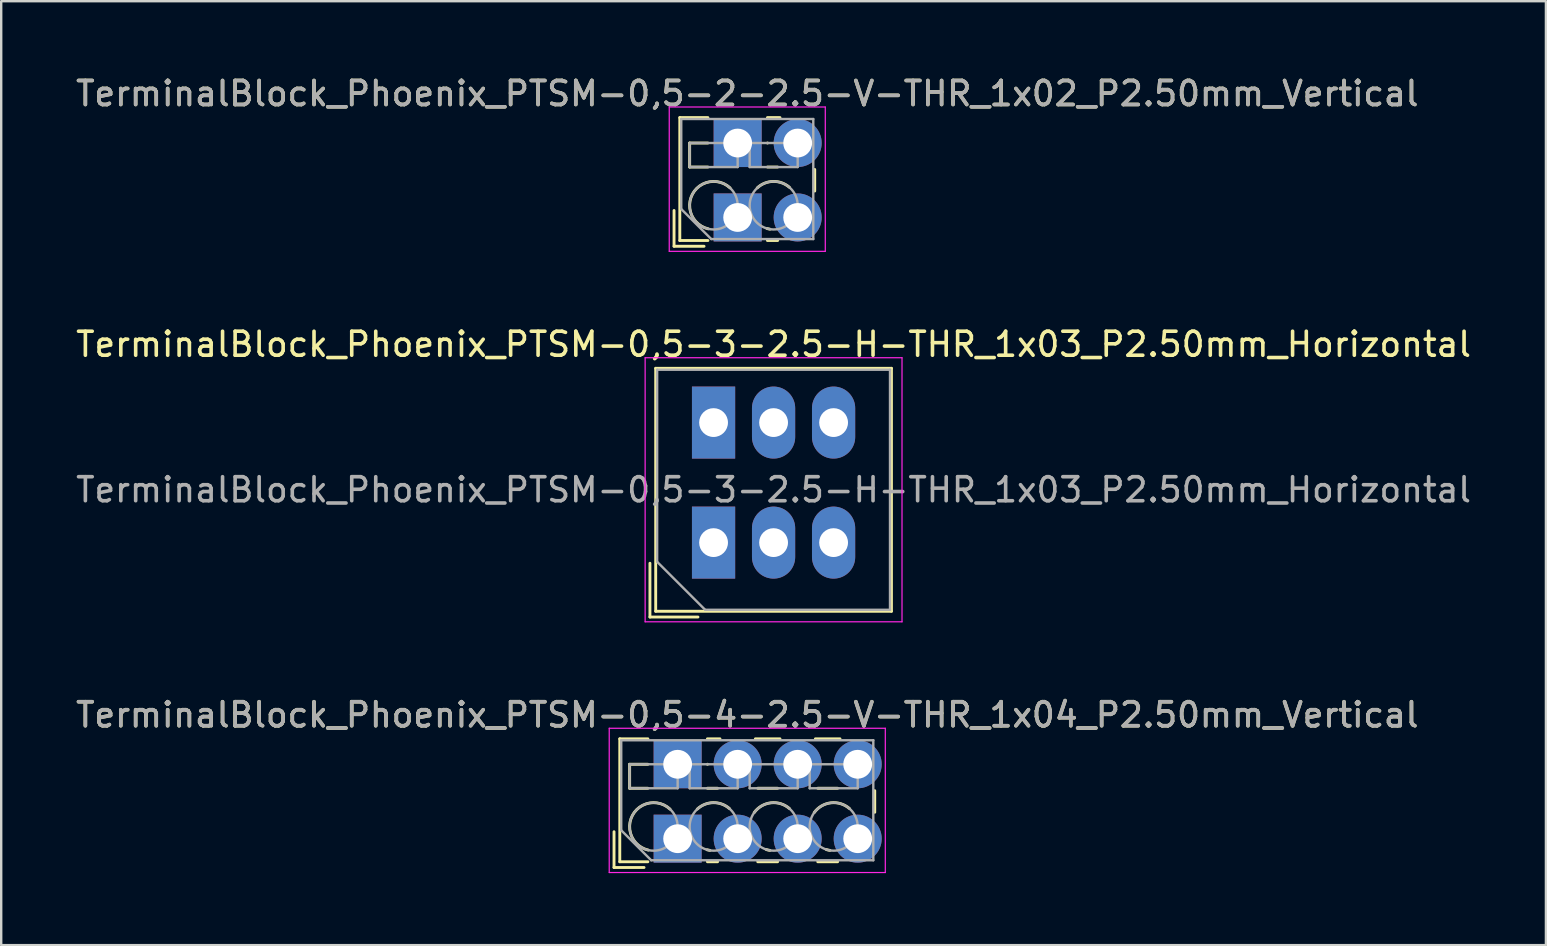
<source format=kicad_pcb>
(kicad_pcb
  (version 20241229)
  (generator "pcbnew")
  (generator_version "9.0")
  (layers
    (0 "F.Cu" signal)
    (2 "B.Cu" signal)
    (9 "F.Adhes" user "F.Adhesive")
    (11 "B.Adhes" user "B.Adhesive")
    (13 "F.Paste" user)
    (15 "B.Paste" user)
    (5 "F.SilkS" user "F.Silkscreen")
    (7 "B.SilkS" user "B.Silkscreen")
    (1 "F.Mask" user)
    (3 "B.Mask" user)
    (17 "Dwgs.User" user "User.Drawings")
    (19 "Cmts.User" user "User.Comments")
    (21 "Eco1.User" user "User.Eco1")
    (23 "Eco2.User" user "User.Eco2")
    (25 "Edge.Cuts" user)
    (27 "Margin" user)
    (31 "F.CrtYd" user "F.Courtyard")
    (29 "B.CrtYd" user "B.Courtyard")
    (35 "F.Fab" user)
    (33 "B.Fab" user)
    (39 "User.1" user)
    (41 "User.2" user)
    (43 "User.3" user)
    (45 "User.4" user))
  (footprint "TerminalBlock_Phoenix_PTSM-0,5-3-2.5-H-THR_1x03_P2.50mm_Horizontal"
    (layer "F.Cu")
    (at 26.673 19.552)
    (property "Reference" "TerminalBlock_Phoenix_PTSM-0,5-3-2.5-H-THR_1x03_P2.50mm_Horizontal" (at 2.5 -8.26 0) (layer "F.SilkS") (effects (font (size 1 1) (thickness 0.15))))
    (attr through_hole)
    (fp_line (start -2.65 0.86) (end -2.65 3.1) (stroke (width 0.12) (type solid)) (layer "F.SilkS"))
    (fp_line (start -2.65 3.1) (end -0.65 3.1) (stroke (width 0.12) (type solid)) (layer "F.SilkS"))
    (fp_line (start -2.41 -7.26) (end -2.41 2.86) (stroke (width 0.12) (type solid)) (layer "F.SilkS"))
    (fp_line (start -2.41 -7.26) (end 7.41 -7.26) (stroke (width 0.12) (type solid)) (layer "F.SilkS"))
    (fp_line (start -2.41 2.86) (end 7.41 2.86) (stroke (width 0.12) (type solid)) (layer "F.SilkS"))
    (fp_line (start 7.41 -7.26) (end 7.41 2.86) (stroke (width 0.12) (type solid)) (layer "F.SilkS"))
    (fp_line (start -2.85 -7.7) (end -2.85 3.3) (stroke (width 0.05) (type solid)) (layer "F.CrtYd"))
    (fp_line (start -2.85 3.3) (end 7.85 3.3) (stroke (width 0.05) (type solid)) (layer "F.CrtYd"))
    (fp_line (start 7.85 -7.7) (end -2.85 -7.7) (stroke (width 0.05) (type solid)) (layer "F.CrtYd"))
    (fp_line (start 7.85 3.3) (end 7.85 -7.7) (stroke (width 0.05) (type solid)) (layer "F.CrtYd"))
    (fp_line (start -2.35 -7.2) (end 7.35 -7.2) (stroke (width 0.1) (type solid)) (layer "F.Fab"))
    (fp_line (start -2.35 0.8) (end -2.35 -7.2) (stroke (width 0.1) (type solid)) (layer "F.Fab"))
    (fp_line (start -0.35 2.8) (end -2.35 0.8) (stroke (width 0.1) (type solid)) (layer "F.Fab"))
    (fp_line (start 7.35 -7.2) (end 7.35 2.8) (stroke (width 0.1) (type solid)) (layer "F.Fab"))
    (fp_line (start 7.35 2.8) (end -0.35 2.8) (stroke (width 0.1) (type solid)) (layer "F.Fab"))
    (fp_text user "${REFERENCE}" (at 2.5 -2.2 0) (layer "F.Fab") (effects (font (size 1 1) (thickness 0.15))))
    (pad "1" thru_hole rect (at 0 -5) (size 1.8 3) (drill 1.2) (layers "*.Cu" "*.Mask"))
    (pad "1" thru_hole rect (at 0 0) (size 1.8 3) (drill 1.2) (layers "*.Cu" "*.Mask"))
    (pad "2" thru_hole oval (at 2.5 -5) (size 1.8 3) (drill 1.2) (layers "*.Cu" "*.Mask"))
    (pad "2" thru_hole oval (at 2.5 0) (size 1.8 3) (drill 1.2) (layers "*.Cu" "*.Mask"))
    (pad "3" thru_hole oval (at 5 -5) (size 1.8 3) (drill 1.2) (layers "*.Cu" "*.Mask"))
    (pad "3" thru_hole oval (at 5 0) (size 1.8 3) (drill 1.2) (layers "*.Cu" "*.Mask")))
  (footprint "TerminalBlock_Phoenix_PTSM-0,5-2-2.5-V-THR_1x02_P2.50mm_Vertical"
    (layer "F.Cu")
    (at 27.677 6.008)
    (property "Reference" "TerminalBlock_Phoenix_PTSM-0,5-2-2.5-V-THR_1x02_P2.50mm_Vertical" (at 0.4 -5.16 0) (layer "F.SilkS") (effects (font (size 1 1) (thickness 0.15))))
    (attr through_hole)
    (fp_line (start -2.65 -0.29) (end -2.65 1.2) (stroke (width 0.12) (type solid)) (layer "F.SilkS"))
    (fp_line (start -2.65 1.2) (end -1.4 1.2) (stroke (width 0.12) (type solid)) (layer "F.SilkS"))
    (fp_line (start -2.41 -4.16) (end -2.41 0.961) (stroke (width 0.12) (type solid)) (layer "F.SilkS"))
    (fp_line (start -2.41 -4.16) (end -1.24 -4.16) (stroke (width 0.12) (type solid)) (layer "F.SilkS"))
    (fp_line (start -2.41 0.961) (end -1.24 0.961) (stroke (width 0.12) (type solid)) (layer "F.SilkS"))
    (fp_line (start -2 -3.1) (end -2 -2.1) (stroke (width 0.12) (type solid)) (layer "F.SilkS"))
    (fp_line (start -2 -3.1) (end -1.24 -3.1) (stroke (width 0.12) (type solid)) (layer "F.SilkS"))
    (fp_line (start -2 -2.1) (end -1.24 -2.1) (stroke (width 0.12) (type solid)) (layer "F.SilkS"))
    (fp_line (start 1.24 -4.16) (end 1.763 -4.16) (stroke (width 0.12) (type solid)) (layer "F.SilkS"))
    (fp_line (start 1.24 -3.1) (end 1.245 -3.1) (stroke (width 0.12) (type solid)) (layer "F.SilkS"))
    (fp_line (start 1.24 -2.1) (end 1.665 -2.1) (stroke (width 0.12) (type solid)) (layer "F.SilkS"))
    (fp_line (start 1.24 0.961) (end 1.665 0.961) (stroke (width 0.12) (type solid)) (layer "F.SilkS"))
    (fp_line (start 3.21 -2) (end 3.21 -1.1) (stroke (width 0.12) (type solid)) (layer "F.SilkS"))
    (fp_arc (start -1.224629 0.474931) (mid -1.883573 -0.969306) (end -0.318 -1.232) (stroke (width 0.12) (type solid)) (layer "F.SilkS"))
    (fp_arc (start 0.817811 -1.23232) (mid 1.483053 -1.500693) (end 2.157 -1.255) (stroke (width 0.12) (type solid)) (layer "F.SilkS"))
    (fp_arc (start 1.344288 0.488343) (mid 1.284242 0.476994) (end 1.225 0.462) (stroke (width 0.12) (type solid)) (layer "F.SilkS"))
    (fp_line (start -2.85 -4.6) (end -2.85 1.41) (stroke (width 0.05) (type solid)) (layer "F.CrtYd"))
    (fp_line (start -2.85 1.41) (end 3.65 1.41) (stroke (width 0.05) (type solid)) (layer "F.CrtYd"))
    (fp_line (start 3.65 -4.6) (end -2.85 -4.6) (stroke (width 0.05) (type solid)) (layer "F.CrtYd"))
    (fp_line (start 3.65 1.41) (end 3.65 -4.6) (stroke (width 0.05) (type solid)) (layer "F.CrtYd"))
    (fp_line (start -2.35 -4.1) (end 3.15 -4.1) (stroke (width 0.1) (type solid)) (layer "F.Fab"))
    (fp_line (start -2.35 -0.35) (end -2.35 -4.1) (stroke (width 0.1) (type solid)) (layer "F.Fab"))
    (fp_line (start -2 -3.1) (end -2 -2.1) (stroke (width 0.1) (type solid)) (layer "F.Fab"))
    (fp_line (start -2 -2.1) (end 0 -2.1) (stroke (width 0.1) (type solid)) (layer "F.Fab"))
    (fp_line (start -1.1 0.9) (end -2.35 -0.35) (stroke (width 0.1) (type solid)) (layer "F.Fab"))
    (fp_line (start 0 -3.1) (end -2 -3.1) (stroke (width 0.1) (type solid)) (layer "F.Fab"))
    (fp_line (start 0 -2.1) (end 0 -3.1) (stroke (width 0.1) (type solid)) (layer "F.Fab"))
    (fp_line (start 0.5 -3.1) (end 0.5 -2.1) (stroke (width 0.1) (type solid)) (layer "F.Fab"))
    (fp_line (start 0.5 -2.1) (end 2.5 -2.1) (stroke (width 0.1) (type solid)) (layer "F.Fab"))
    (fp_line (start 2.5 -3.1) (end 0.5 -3.1) (stroke (width 0.1) (type solid)) (layer "F.Fab"))
    (fp_line (start 2.5 -2.1) (end 2.5 -3.1) (stroke (width 0.1) (type solid)) (layer "F.Fab"))
    (fp_line (start 3.15 -4.1) (end 3.15 0.9) (stroke (width 0.1) (type solid)) (layer "F.Fab"))
    (fp_line (start 3.15 0.9) (end -1.1 0.9) (stroke (width 0.1) (type solid)) (layer "F.Fab"))
    (fp_circle (center -1 -0.5) (end 0 -0.5) (stroke (width 0.1) (type solid)) (fill no) (layer "F.Fab"))
    (fp_circle (center 1.5 -0.5) (end 2.5 -0.5) (stroke (width 0.1) (type solid)) (fill no) (layer "F.Fab"))
    (fp_text user "${REFERENCE}" (at 0.4 -5.16 0) (layer "F.Fab") (effects (font (size 1 1) (thickness 0.15))))
    (pad "1" thru_hole rect (at 0 -3.1) (size 2 2) (drill 1.2) (layers "*.Cu" "*.Mask"))
    (pad "1" thru_hole rect (at 0 0) (size 2 2) (drill 1.2) (layers "*.Cu" "*.Mask"))
    (pad "2" thru_hole circle (at 2.5 -3.1) (size 2 2) (drill 1.2) (layers "*.Cu" "*.Mask"))
    (pad "2" thru_hole circle (at 2.5 0) (size 2 2) (drill 1.2) (layers "*.Cu" "*.Mask")))
  (footprint "TerminalBlock_Phoenix_PTSM-0,5-4-2.5-V-THR_1x04_P2.50mm_Vertical"
    (layer "F.Cu")
    (at 25.177 31.885)
    (property "Reference" "TerminalBlock_Phoenix_PTSM-0,5-4-2.5-V-THR_1x04_P2.50mm_Vertical" (at 2.9 -5.16 0) (layer "F.SilkS") (effects (font (size 1 1) (thickness 0.15))))
    (attr through_hole)
    (fp_line (start -2.65 -0.29) (end -2.65 1.2) (stroke (width 0.12) (type solid)) (layer "F.SilkS"))
    (fp_line (start -2.65 1.2) (end -1.4 1.2) (stroke (width 0.12) (type solid)) (layer "F.SilkS"))
    (fp_line (start -2.41 -4.16) (end -2.41 0.961) (stroke (width 0.12) (type solid)) (layer "F.SilkS"))
    (fp_line (start -2.41 -4.16) (end -1.24 -4.16) (stroke (width 0.12) (type solid)) (layer "F.SilkS"))
    (fp_line (start -2.41 0.961) (end -1.24 0.961) (stroke (width 0.12) (type solid)) (layer "F.SilkS"))
    (fp_line (start -2 -3.1) (end -2 -2.1) (stroke (width 0.12) (type solid)) (layer "F.SilkS"))
    (fp_line (start -2 -3.1) (end -1.24 -3.1) (stroke (width 0.12) (type solid)) (layer "F.SilkS"))
    (fp_line (start -2 -2.1) (end -1.24 -2.1) (stroke (width 0.12) (type solid)) (layer "F.SilkS"))
    (fp_line (start 1.24 -4.16) (end 1.763 -4.16) (stroke (width 0.12) (type solid)) (layer "F.SilkS"))
    (fp_line (start 1.24 -3.1) (end 1.245 -3.1) (stroke (width 0.12) (type solid)) (layer "F.SilkS"))
    (fp_line (start 1.24 -2.1) (end 1.665 -2.1) (stroke (width 0.12) (type solid)) (layer "F.SilkS"))
    (fp_line (start 1.24 0.961) (end 1.665 0.961) (stroke (width 0.12) (type solid)) (layer "F.SilkS"))
    (fp_line (start 3.238 -4.16) (end 4.263 -4.16) (stroke (width 0.12) (type solid)) (layer "F.SilkS"))
    (fp_line (start 3.336 -2.1) (end 4.165 -2.1) (stroke (width 0.12) (type solid)) (layer "F.SilkS"))
    (fp_line (start 3.336 0.961) (end 4.165 0.961) (stroke (width 0.12) (type solid)) (layer "F.SilkS"))
    (fp_line (start 5.738 -4.16) (end 6.763 -4.16) (stroke (width 0.12) (type solid)) (layer "F.SilkS"))
    (fp_line (start 5.836 -2.1) (end 6.665 -2.1) (stroke (width 0.12) (type solid)) (layer "F.SilkS"))
    (fp_line (start 5.836 0.961) (end 6.665 0.961) (stroke (width 0.12) (type solid)) (layer "F.SilkS"))
    (fp_line (start 8.21 -2) (end 8.21 -1.1) (stroke (width 0.12) (type solid)) (layer "F.SilkS"))
    (fp_arc (start -1.224629 0.474931) (mid -1.883573 -0.969306) (end -0.318 -1.232) (stroke (width 0.12) (type solid)) (layer "F.SilkS"))
    (fp_arc (start 0.817811 -1.23232) (mid 1.483053 -1.500693) (end 2.157 -1.255) (stroke (width 0.12) (type solid)) (layer "F.SilkS"))
    (fp_arc (start 1.344288 0.488343) (mid 1.284242 0.476994) (end 1.225 0.462) (stroke (width 0.12) (type solid)) (layer "F.SilkS"))
    (fp_arc (start 3.190612 -1.088697) (mid 3.887218 -1.494461) (end 4.657 -1.255) (stroke (width 0.12) (type solid)) (layer "F.SilkS"))
    (fp_arc (start 3.84373 0.488618) (mid 3.766646 0.47331) (end 3.691 0.452) (stroke (width 0.12) (type solid)) (layer "F.SilkS"))
    (fp_arc (start 5.690612 -1.088697) (mid 6.387218 -1.494461) (end 7.157 -1.255) (stroke (width 0.12) (type solid)) (layer "F.SilkS"))
    (fp_arc (start 6.34373 0.488618) (mid 6.266646 0.47331) (end 6.191 0.452) (stroke (width 0.12) (type solid)) (layer "F.SilkS"))
    (fp_line (start -2.85 -4.6) (end -2.85 1.41) (stroke (width 0.05) (type solid)) (layer "F.CrtYd"))
    (fp_line (start -2.85 1.41) (end 8.65 1.41) (stroke (width 0.05) (type solid)) (layer "F.CrtYd"))
    (fp_line (start 8.65 -4.6) (end -2.85 -4.6) (stroke (width 0.05) (type solid)) (layer "F.CrtYd"))
    (fp_line (start 8.65 1.41) (end 8.65 -4.6) (stroke (width 0.05) (type solid)) (layer "F.CrtYd"))
    (fp_line (start -2.35 -4.1) (end 8.15 -4.1) (stroke (width 0.1) (type solid)) (layer "F.Fab"))
    (fp_line (start -2.35 -0.35) (end -2.35 -4.1) (stroke (width 0.1) (type solid)) (layer "F.Fab"))
    (fp_line (start -2 -3.1) (end -2 -2.1) (stroke (width 0.1) (type solid)) (layer "F.Fab"))
    (fp_line (start -2 -2.1) (end 0 -2.1) (stroke (width 0.1) (type solid)) (layer "F.Fab"))
    (fp_line (start -1.1 0.9) (end -2.35 -0.35) (stroke (width 0.1) (type solid)) (layer "F.Fab"))
    (fp_line (start 0 -3.1) (end -2 -3.1) (stroke (width 0.1) (type solid)) (layer "F.Fab"))
    (fp_line (start 0 -2.1) (end 0 -3.1) (stroke (width 0.1) (type solid)) (layer "F.Fab"))
    (fp_line (start 0.5 -3.1) (end 0.5 -2.1) (stroke (width 0.1) (type solid)) (layer "F.Fab"))
    (fp_line (start 0.5 -2.1) (end 2.5 -2.1) (stroke (width 0.1) (type solid)) (layer "F.Fab"))
    (fp_line (start 2.5 -3.1) (end 0.5 -3.1) (stroke (width 0.1) (type solid)) (layer "F.Fab"))
    (fp_line (start 2.5 -2.1) (end 2.5 -3.1) (stroke (width 0.1) (type solid)) (layer "F.Fab"))
    (fp_line (start 3 -3.1) (end 3 -2.1) (stroke (width 0.1) (type solid)) (layer "F.Fab"))
    (fp_line (start 3 -2.1) (end 5 -2.1) (stroke (width 0.1) (type solid)) (layer "F.Fab"))
    (fp_line (start 5 -3.1) (end 3 -3.1) (stroke (width 0.1) (type solid)) (layer "F.Fab"))
    (fp_line (start 5 -2.1) (end 5 -3.1) (stroke (width 0.1) (type solid)) (layer "F.Fab"))
    (fp_line (start 5.5 -3.1) (end 5.5 -2.1) (stroke (width 0.1) (type solid)) (layer "F.Fab"))
    (fp_line (start 5.5 -2.1) (end 7.5 -2.1) (stroke (width 0.1) (type solid)) (layer "F.Fab"))
    (fp_line (start 7.5 -3.1) (end 5.5 -3.1) (stroke (width 0.1) (type solid)) (layer "F.Fab"))
    (fp_line (start 7.5 -2.1) (end 7.5 -3.1) (stroke (width 0.1) (type solid)) (layer "F.Fab"))
    (fp_line (start 8.15 -4.1) (end 8.15 0.9) (stroke (width 0.1) (type solid)) (layer "F.Fab"))
    (fp_line (start 8.15 0.9) (end -1.1 0.9) (stroke (width 0.1) (type solid)) (layer "F.Fab"))
    (fp_circle (center -1 -0.5) (end 0 -0.5) (stroke (width 0.1) (type solid)) (fill no) (layer "F.Fab"))
    (fp_circle (center 1.5 -0.5) (end 2.5 -0.5) (stroke (width 0.1) (type solid)) (fill no) (layer "F.Fab"))
    (fp_circle (center 4 -0.5) (end 5 -0.5) (stroke (width 0.1) (type solid)) (fill no) (layer "F.Fab"))
    (fp_circle (center 6.5 -0.5) (end 7.5 -0.5) (stroke (width 0.1) (type solid)) (fill no) (layer "F.Fab"))
    (fp_text user "${REFERENCE}" (at 2.9 -5.16 0) (layer "F.Fab") (effects (font (size 1 1) (thickness 0.15))))
    (pad "1" thru_hole rect (at 0 -3.1) (size 2 2) (drill 1.2) (layers "*.Cu" "*.Mask"))
    (pad "1" thru_hole rect (at 0 0) (size 2 2) (drill 1.2) (layers "*.Cu" "*.Mask"))
    (pad "2" thru_hole circle (at 2.5 -3.1) (size 2 2) (drill 1.2) (layers "*.Cu" "*.Mask"))
    (pad "2" thru_hole circle (at 2.5 0) (size 2 2) (drill 1.2) (layers "*.Cu" "*.Mask"))
    (pad "3" thru_hole circle (at 5 -3.1) (size 2 2) (drill 1.2) (layers "*.Cu" "*.Mask"))
    (pad "3" thru_hole circle (at 5 0) (size 2 2) (drill 1.2) (layers "*.Cu" "*.Mask"))
    (pad "4" thru_hole circle (at 7.5 -3.1) (size 2 2) (drill 1.2) (layers "*.Cu" "*.Mask"))
    (pad "4" thru_hole circle (at 7.5 0) (size 2 2) (drill 1.2) (layers "*.Cu" "*.Mask")))
  (gr_rect
    (start -3 -3)
    (end 61.345 36.32)
    (stroke (width 0.1) (type default))
    (fill no)
    (layer "Edge.Cuts")))
</source>
